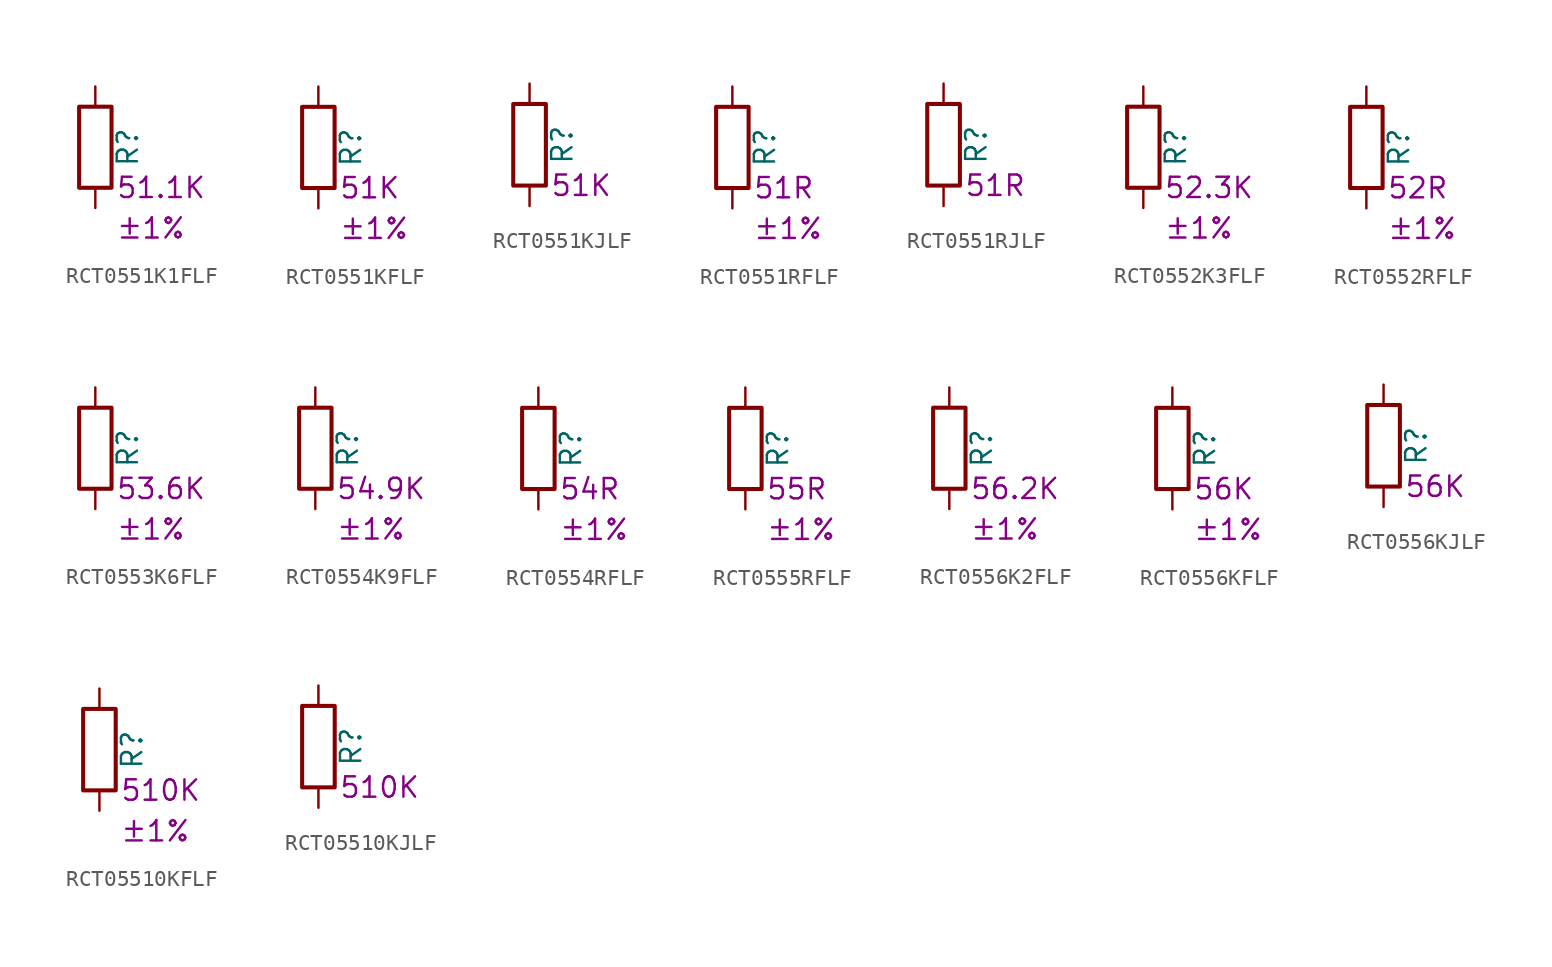
<source format=kicad_sym>
(kicad_symbol_lib
  (version 20220914)
  (generator kicad_symbol_editor)
  (symbol "RCT0551K1FLF"
    (pin_numbers hide)
    (pin_names
      (offset 0))
    (property "Reference" "R"
      (at 2.032 0 90)
      (effects (font (size 1.27 1.27))))
    (property "Resistance" "51.1K"
      (at 1.27 -2.54 0)
      (effects (font (size 1.27 1.27)) (justify left)))
    (property "Tolerance" "±1%"
      (at 1.27 -5.08 0)
      (effects (font (size 1.27 1.27)) (justify left)))
    (symbol "RCT0551K1FLF_0_1"
      (rectangle (start -1.016 -2.54) (end 1.016 2.54) (stroke (width 0.254) (type default)) (fill (type none))))
    (symbol "RCT0551K1FLF_1_1"
      (pin passive line (at 0 3.81 270) (length 1.27) (name "~" (effects (font (size 1.27 1.27)))) (number "1" (effects (font (size 1.27 1.27)))))
      (pin passive line (at 0 -3.81 90) (length 1.27) (name "~" (effects (font (size 1.27 1.27)))) (number "2" (effects (font (size 1.27 1.27)))))))
  (symbol "RCT0551KFLF"
    (pin_numbers hide)
    (pin_names
      (offset 0))
    (property "Reference" "R"
      (at 2.032 0 90)
      (effects (font (size 1.27 1.27))))
    (property "Resistance" "51K"
      (at 1.27 -2.54 0)
      (effects (font (size 1.27 1.27)) (justify left)))
    (property "Tolerance" "±1%"
      (at 1.27 -5.08 0)
      (effects (font (size 1.27 1.27)) (justify left)))
    (symbol "RCT0551KFLF_0_1"
      (rectangle (start -1.016 -2.54) (end 1.016 2.54) (stroke (width 0.254) (type default)) (fill (type none))))
    (symbol "RCT0551KFLF_1_1"
      (pin passive line (at 0 3.81 270) (length 1.27) (name "~" (effects (font (size 1.27 1.27)))) (number "1" (effects (font (size 1.27 1.27)))))
      (pin passive line (at 0 -3.81 90) (length 1.27) (name "~" (effects (font (size 1.27 1.27)))) (number "2" (effects (font (size 1.27 1.27)))))))
  (symbol "RCT0551KJLF"
    (pin_numbers hide)
    (pin_names
      (offset 0))
    (property "Reference" "R"
      (at 2.032 0 90)
      (effects (font (size 1.27 1.27))))
    (property "Resistance" "51K"
      (at 1.27 -2.54 0)
      (effects (font (size 1.27 1.27)) (justify left)))
    (symbol "RCT0551KJLF_0_1"
      (rectangle (start -1.016 -2.54) (end 1.016 2.54) (stroke (width 0.254) (type default)) (fill (type none))))
    (symbol "RCT0551KJLF_1_1"
      (pin passive line (at 0 3.81 270) (length 1.27) (name "~" (effects (font (size 1.27 1.27)))) (number "1" (effects (font (size 1.27 1.27)))))
      (pin passive line (at 0 -3.81 90) (length 1.27) (name "~" (effects (font (size 1.27 1.27)))) (number "2" (effects (font (size 1.27 1.27)))))))
  (symbol "RCT0551RFLF"
    (pin_numbers hide)
    (pin_names
      (offset 0))
    (property "Reference" "R"
      (at 2.032 0 90)
      (effects (font (size 1.27 1.27))))
    (property "Resistance" "51R"
      (at 1.27 -2.54 0)
      (effects (font (size 1.27 1.27)) (justify left)))
    (property "Tolerance" "±1%"
      (at 1.27 -5.08 0)
      (effects (font (size 1.27 1.27)) (justify left)))
    (symbol "RCT0551RFLF_0_1"
      (rectangle (start -1.016 -2.54) (end 1.016 2.54) (stroke (width 0.254) (type default)) (fill (type none))))
    (symbol "RCT0551RFLF_1_1"
      (pin passive line (at 0 3.81 270) (length 1.27) (name "~" (effects (font (size 1.27 1.27)))) (number "1" (effects (font (size 1.27 1.27)))))
      (pin passive line (at 0 -3.81 90) (length 1.27) (name "~" (effects (font (size 1.27 1.27)))) (number "2" (effects (font (size 1.27 1.27)))))))
  (symbol "RCT0551RJLF"
    (pin_numbers hide)
    (pin_names
      (offset 0))
    (property "Reference" "R"
      (at 2.032 0 90)
      (effects (font (size 1.27 1.27))))
    (property "Resistance" "51R"
      (at 1.27 -2.54 0)
      (effects (font (size 1.27 1.27)) (justify left)))
    (symbol "RCT0551RJLF_0_1"
      (rectangle (start -1.016 -2.54) (end 1.016 2.54) (stroke (width 0.254) (type default)) (fill (type none))))
    (symbol "RCT0551RJLF_1_1"
      (pin passive line (at 0 3.81 270) (length 1.27) (name "~" (effects (font (size 1.27 1.27)))) (number "1" (effects (font (size 1.27 1.27)))))
      (pin passive line (at 0 -3.81 90) (length 1.27) (name "~" (effects (font (size 1.27 1.27)))) (number "2" (effects (font (size 1.27 1.27)))))))
  (symbol "RCT0552K3FLF"
    (pin_numbers hide)
    (pin_names
      (offset 0))
    (property "Reference" "R"
      (at 2.032 0 90)
      (effects (font (size 1.27 1.27))))
    (property "Resistance" "52.3K"
      (at 1.27 -2.54 0)
      (effects (font (size 1.27 1.27)) (justify left)))
    (property "Tolerance" "±1%"
      (at 1.27 -5.08 0)
      (effects (font (size 1.27 1.27)) (justify left)))
    (symbol "RCT0552K3FLF_0_1"
      (rectangle (start -1.016 -2.54) (end 1.016 2.54) (stroke (width 0.254) (type default)) (fill (type none))))
    (symbol "RCT0552K3FLF_1_1"
      (pin passive line (at 0 3.81 270) (length 1.27) (name "~" (effects (font (size 1.27 1.27)))) (number "1" (effects (font (size 1.27 1.27)))))
      (pin passive line (at 0 -3.81 90) (length 1.27) (name "~" (effects (font (size 1.27 1.27)))) (number "2" (effects (font (size 1.27 1.27)))))))
  (symbol "RCT0552RFLF"
    (pin_numbers hide)
    (pin_names
      (offset 0))
    (property "Reference" "R"
      (at 2.032 0 90)
      (effects (font (size 1.27 1.27))))
    (property "Resistance" "52R"
      (at 1.27 -2.54 0)
      (effects (font (size 1.27 1.27)) (justify left)))
    (property "Tolerance" "±1%"
      (at 1.27 -5.08 0)
      (effects (font (size 1.27 1.27)) (justify left)))
    (symbol "RCT0552RFLF_0_1"
      (rectangle (start -1.016 -2.54) (end 1.016 2.54) (stroke (width 0.254) (type default)) (fill (type none))))
    (symbol "RCT0552RFLF_1_1"
      (pin passive line (at 0 3.81 270) (length 1.27) (name "~" (effects (font (size 1.27 1.27)))) (number "1" (effects (font (size 1.27 1.27)))))
      (pin passive line (at 0 -3.81 90) (length 1.27) (name "~" (effects (font (size 1.27 1.27)))) (number "2" (effects (font (size 1.27 1.27)))))))
  (symbol "RCT0553K6FLF"
    (pin_numbers hide)
    (pin_names
      (offset 0))
    (property "Reference" "R"
      (at 2.032 0 90)
      (effects (font (size 1.27 1.27))))
    (property "Resistance" "53.6K"
      (at 1.27 -2.54 0)
      (effects (font (size 1.27 1.27)) (justify left)))
    (property "Tolerance" "±1%"
      (at 1.27 -5.08 0)
      (effects (font (size 1.27 1.27)) (justify left)))
    (symbol "RCT0553K6FLF_0_1"
      (rectangle (start -1.016 -2.54) (end 1.016 2.54) (stroke (width 0.254) (type default)) (fill (type none))))
    (symbol "RCT0553K6FLF_1_1"
      (pin passive line (at 0 3.81 270) (length 1.27) (name "~" (effects (font (size 1.27 1.27)))) (number "1" (effects (font (size 1.27 1.27)))))
      (pin passive line (at 0 -3.81 90) (length 1.27) (name "~" (effects (font (size 1.27 1.27)))) (number "2" (effects (font (size 1.27 1.27)))))))
  (symbol "RCT0554K9FLF"
    (pin_numbers hide)
    (pin_names
      (offset 0))
    (property "Reference" "R"
      (at 2.032 0 90)
      (effects (font (size 1.27 1.27))))
    (property "Resistance" "54.9K"
      (at 1.27 -2.54 0)
      (effects (font (size 1.27 1.27)) (justify left)))
    (property "Tolerance" "±1%"
      (at 1.27 -5.08 0)
      (effects (font (size 1.27 1.27)) (justify left)))
    (symbol "RCT0554K9FLF_0_1"
      (rectangle (start -1.016 -2.54) (end 1.016 2.54) (stroke (width 0.254) (type default)) (fill (type none))))
    (symbol "RCT0554K9FLF_1_1"
      (pin passive line (at 0 3.81 270) (length 1.27) (name "~" (effects (font (size 1.27 1.27)))) (number "1" (effects (font (size 1.27 1.27)))))
      (pin passive line (at 0 -3.81 90) (length 1.27) (name "~" (effects (font (size 1.27 1.27)))) (number "2" (effects (font (size 1.27 1.27)))))))
  (symbol "RCT0554RFLF"
    (pin_numbers hide)
    (pin_names
      (offset 0))
    (property "Reference" "R"
      (at 2.032 0 90)
      (effects (font (size 1.27 1.27))))
    (property "Resistance" "54R"
      (at 1.27 -2.54 0)
      (effects (font (size 1.27 1.27)) (justify left)))
    (property "Tolerance" "±1%"
      (at 1.27 -5.08 0)
      (effects (font (size 1.27 1.27)) (justify left)))
    (symbol "RCT0554RFLF_0_1"
      (rectangle (start -1.016 -2.54) (end 1.016 2.54) (stroke (width 0.254) (type default)) (fill (type none))))
    (symbol "RCT0554RFLF_1_1"
      (pin passive line (at 0 3.81 270) (length 1.27) (name "~" (effects (font (size 1.27 1.27)))) (number "1" (effects (font (size 1.27 1.27)))))
      (pin passive line (at 0 -3.81 90) (length 1.27) (name "~" (effects (font (size 1.27 1.27)))) (number "2" (effects (font (size 1.27 1.27)))))))
  (symbol "RCT0555RFLF"
    (pin_numbers hide)
    (pin_names
      (offset 0))
    (property "Reference" "R"
      (at 2.032 0 90)
      (effects (font (size 1.27 1.27))))
    (property "Resistance" "55R"
      (at 1.27 -2.54 0)
      (effects (font (size 1.27 1.27)) (justify left)))
    (property "Tolerance" "±1%"
      (at 1.27 -5.08 0)
      (effects (font (size 1.27 1.27)) (justify left)))
    (symbol "RCT0555RFLF_0_1"
      (rectangle (start -1.016 -2.54) (end 1.016 2.54) (stroke (width 0.254) (type default)) (fill (type none))))
    (symbol "RCT0555RFLF_1_1"
      (pin passive line (at 0 3.81 270) (length 1.27) (name "~" (effects (font (size 1.27 1.27)))) (number "1" (effects (font (size 1.27 1.27)))))
      (pin passive line (at 0 -3.81 90) (length 1.27) (name "~" (effects (font (size 1.27 1.27)))) (number "2" (effects (font (size 1.27 1.27)))))))
  (symbol "RCT0556K2FLF"
    (pin_numbers hide)
    (pin_names
      (offset 0))
    (property "Reference" "R"
      (at 2.032 0 90)
      (effects (font (size 1.27 1.27))))
    (property "Resistance" "56.2K"
      (at 1.27 -2.54 0)
      (effects (font (size 1.27 1.27)) (justify left)))
    (property "Tolerance" "±1%"
      (at 1.27 -5.08 0)
      (effects (font (size 1.27 1.27)) (justify left)))
    (symbol "RCT0556K2FLF_0_1"
      (rectangle (start -1.016 -2.54) (end 1.016 2.54) (stroke (width 0.254) (type default)) (fill (type none))))
    (symbol "RCT0556K2FLF_1_1"
      (pin passive line (at 0 3.81 270) (length 1.27) (name "~" (effects (font (size 1.27 1.27)))) (number "1" (effects (font (size 1.27 1.27)))))
      (pin passive line (at 0 -3.81 90) (length 1.27) (name "~" (effects (font (size 1.27 1.27)))) (number "2" (effects (font (size 1.27 1.27)))))))
  (symbol "RCT0556KFLF"
    (pin_numbers hide)
    (pin_names
      (offset 0))
    (property "Reference" "R"
      (at 2.032 0 90)
      (effects (font (size 1.27 1.27))))
    (property "Resistance" "56K"
      (at 1.27 -2.54 0)
      (effects (font (size 1.27 1.27)) (justify left)))
    (property "Tolerance" "±1%"
      (at 1.27 -5.08 0)
      (effects (font (size 1.27 1.27)) (justify left)))
    (symbol "RCT0556KFLF_0_1"
      (rectangle (start -1.016 -2.54) (end 1.016 2.54) (stroke (width 0.254) (type default)) (fill (type none))))
    (symbol "RCT0556KFLF_1_1"
      (pin passive line (at 0 3.81 270) (length 1.27) (name "~" (effects (font (size 1.27 1.27)))) (number "1" (effects (font (size 1.27 1.27)))))
      (pin passive line (at 0 -3.81 90) (length 1.27) (name "~" (effects (font (size 1.27 1.27)))) (number "2" (effects (font (size 1.27 1.27)))))))
  (symbol "RCT0556KJLF"
    (pin_numbers hide)
    (pin_names
      (offset 0))
    (property "Reference" "R"
      (at 2.032 0 90)
      (effects (font (size 1.27 1.27))))
    (property "Resistance" "56K"
      (at 1.27 -2.54 0)
      (effects (font (size 1.27 1.27)) (justify left)))
    (symbol "RCT0556KJLF_0_1"
      (rectangle (start -1.016 -2.54) (end 1.016 2.54) (stroke (width 0.254) (type default)) (fill (type none))))
    (symbol "RCT0556KJLF_1_1"
      (pin passive line (at 0 3.81 270) (length 1.27) (name "~" (effects (font (size 1.27 1.27)))) (number "1" (effects (font (size 1.27 1.27)))))
      (pin passive line (at 0 -3.81 90) (length 1.27) (name "~" (effects (font (size 1.27 1.27)))) (number "2" (effects (font (size 1.27 1.27)))))))
  (symbol "RCT05510KFLF"
    (pin_numbers hide)
    (pin_names
      (offset 0))
    (property "Reference" "R"
      (at 2.032 0 90)
      (effects (font (size 1.27 1.27))))
    (property "Resistance" "510K"
      (at 1.27 -2.54 0)
      (effects (font (size 1.27 1.27)) (justify left)))
    (property "Tolerance" "±1%"
      (at 1.27 -5.08 0)
      (effects (font (size 1.27 1.27)) (justify left)))
    (symbol "RCT05510KFLF_0_1"
      (rectangle (start -1.016 -2.54) (end 1.016 2.54) (stroke (width 0.254) (type default)) (fill (type none))))
    (symbol "RCT05510KFLF_1_1"
      (pin passive line (at 0 3.81 270) (length 1.27) (name "~" (effects (font (size 1.27 1.27)))) (number "1" (effects (font (size 1.27 1.27)))))
      (pin passive line (at 0 -3.81 90) (length 1.27) (name "~" (effects (font (size 1.27 1.27)))) (number "2" (effects (font (size 1.27 1.27)))))))
  (symbol "RCT05510KJLF"
    (pin_numbers hide)
    (pin_names
      (offset 0))
    (property "Reference" "R"
      (at 2.032 0 90)
      (effects (font (size 1.27 1.27))))
    (property "Resistance" "510K"
      (at 1.27 -2.54 0)
      (effects (font (size 1.27 1.27)) (justify left)))
    (symbol "RCT05510KJLF_0_1"
      (rectangle (start -1.016 -2.54) (end 1.016 2.54) (stroke (width 0.254) (type default)) (fill (type none))))
    (symbol "RCT05510KJLF_1_1"
      (pin passive line (at 0 3.81 270) (length 1.27) (name "~" (effects (font (size 1.27 1.27)))) (number "1" (effects (font (size 1.27 1.27)))))
      (pin passive line (at 0 -3.81 90) (length 1.27) (name "~" (effects (font (size 1.27 1.27)))) (number "2" (effects (font (size 1.27 1.27))))))))
</source>
